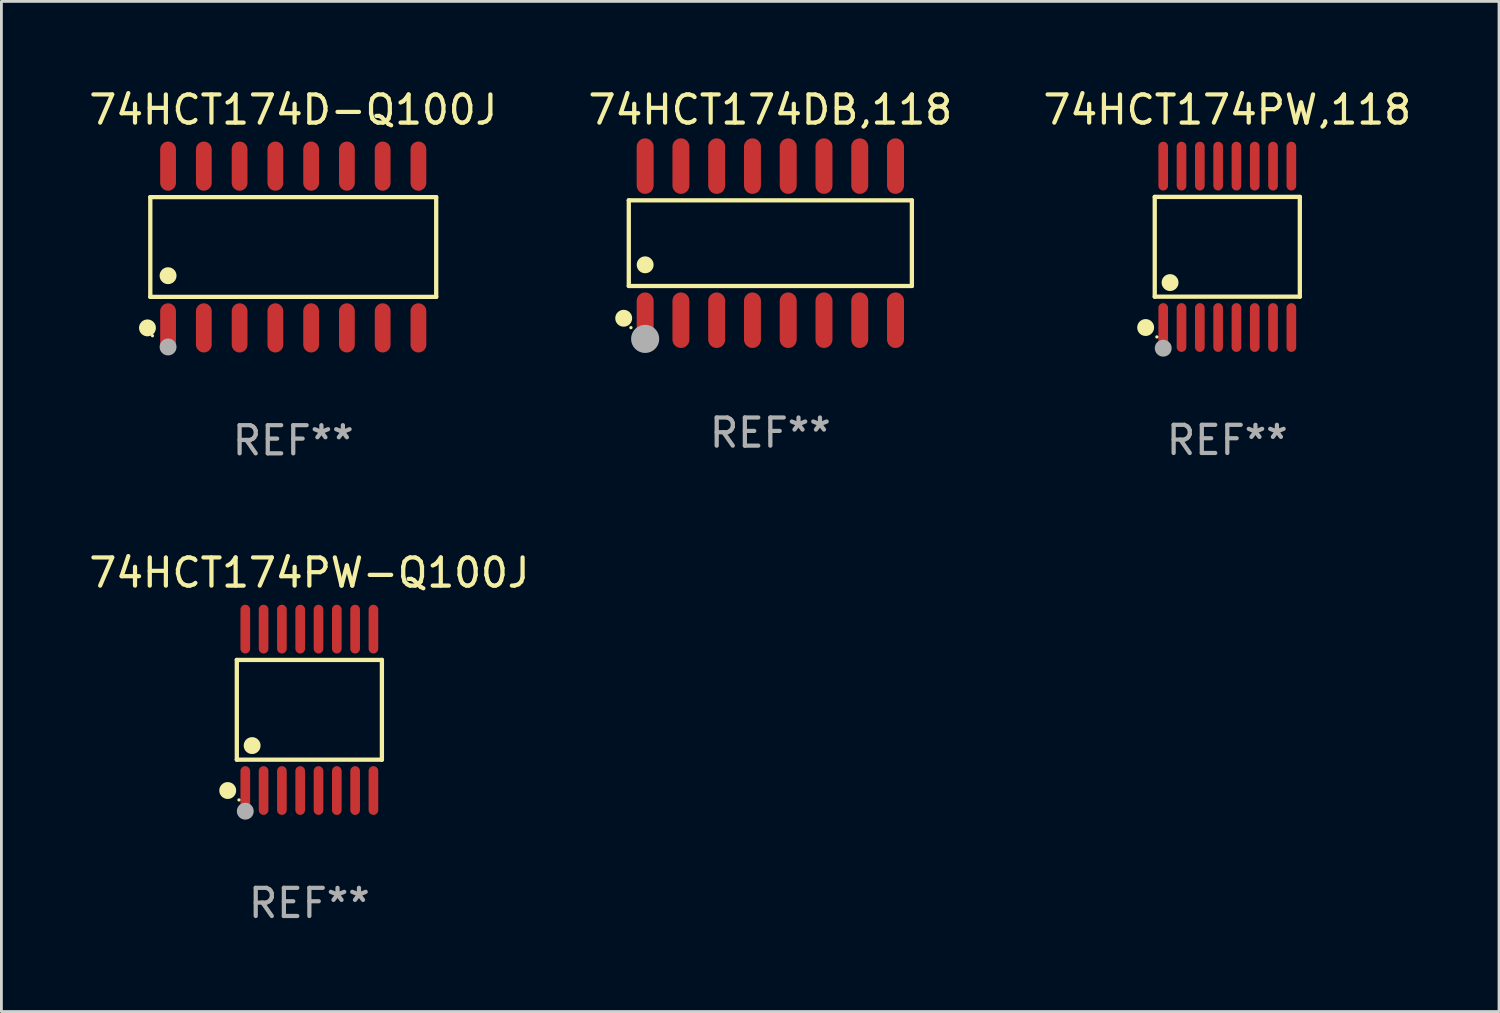
<source format=kicad_pcb>
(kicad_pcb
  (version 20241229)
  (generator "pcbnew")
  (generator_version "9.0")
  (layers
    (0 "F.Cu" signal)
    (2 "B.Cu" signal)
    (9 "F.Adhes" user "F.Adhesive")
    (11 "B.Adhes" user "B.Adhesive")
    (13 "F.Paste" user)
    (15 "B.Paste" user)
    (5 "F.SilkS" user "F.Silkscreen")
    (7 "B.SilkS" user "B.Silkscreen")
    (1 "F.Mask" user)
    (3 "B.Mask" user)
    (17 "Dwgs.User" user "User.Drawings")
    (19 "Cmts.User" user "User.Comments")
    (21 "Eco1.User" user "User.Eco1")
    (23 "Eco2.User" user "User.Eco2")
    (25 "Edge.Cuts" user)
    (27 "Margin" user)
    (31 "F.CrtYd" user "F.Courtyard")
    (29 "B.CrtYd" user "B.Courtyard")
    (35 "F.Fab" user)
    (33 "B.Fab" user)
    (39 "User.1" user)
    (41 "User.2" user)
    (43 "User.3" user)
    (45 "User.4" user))
  (footprint "74HCT174DB,118"
    (layer "F.Cu")
    (at 24.304 5.584)
    (property "Reference" "74HCT174DB,118" (at 0 -4.736 0) (layer "F.SilkS") (effects (font (size 1 1) (thickness 0.15))))
    (attr through_hole)
    (fp_line (start -5.026 -1.521) (end 5.026 -1.521) (stroke (width 0.152) (type solid)) (layer "F.SilkS"))
    (fp_line (start -5.026 1.521) (end -5.026 -1.521) (stroke (width 0.152) (type solid)) (layer "F.SilkS"))
    (fp_line (start 5.026 -1.521) (end 5.026 1.521) (stroke (width 0.152) (type solid)) (layer "F.SilkS"))
    (fp_line (start 5.026 1.521) (end -5.026 1.521) (stroke (width 0.152) (type solid)) (layer "F.SilkS"))
    (fp_circle (center -5.207 2.667) (end -5.057 2.667) (stroke (width 0.3) (type solid)) (fill no) (layer "F.SilkS"))
    (fp_circle (center -4.95 3) (end -4.92 3) (stroke (width 0.06) (type solid)) (fill no) (layer "F.SilkS"))
    (fp_circle (center -4.445 0.769) (end -4.295 0.769) (stroke (width 0.3) (type solid)) (fill no) (layer "F.SilkS"))
    (fp_circle (center -4.445 3.4) (end -4.195 3.4) (stroke (width 0.5) (type solid)) (fill no) (layer "F.Fab"))
    (fp_text user "REF**" (at 0 6.736 0) (layer "F.Fab") (effects (font (size 1 1) (thickness 0.15))))
    (pad "1" smd oval (at -4.445 2.736) (size 0.602 1.971) (layers "F.Cu" "F.Mask" "F.Paste"))
    (pad "2" smd oval (at -3.175 2.736) (size 0.602 1.971) (layers "F.Cu" "F.Mask" "F.Paste"))
    (pad "3" smd oval (at -1.905 2.736) (size 0.602 1.971) (layers "F.Cu" "F.Mask" "F.Paste"))
    (pad "4" smd oval (at -0.635 2.736) (size 0.602 1.971) (layers "F.Cu" "F.Mask" "F.Paste"))
    (pad "5" smd oval (at 0.635 2.736) (size 0.602 1.971) (layers "F.Cu" "F.Mask" "F.Paste"))
    (pad "6" smd oval (at 1.905 2.736) (size 0.602 1.971) (layers "F.Cu" "F.Mask" "F.Paste"))
    (pad "7" smd oval (at 3.175 2.736) (size 0.602 1.971) (layers "F.Cu" "F.Mask" "F.Paste"))
    (pad "8" smd oval (at 4.445 2.736) (size 0.602 1.971) (layers "F.Cu" "F.Mask" "F.Paste"))
    (pad "9" smd oval (at 4.445 -2.736) (size 0.602 1.971) (layers "F.Cu" "F.Mask" "F.Paste"))
    (pad "10" smd oval (at 3.175 -2.736) (size 0.602 1.971) (layers "F.Cu" "F.Mask" "F.Paste"))
    (pad "11" smd oval (at 1.905 -2.736) (size 0.602 1.971) (layers "F.Cu" "F.Mask" "F.Paste"))
    (pad "12" smd oval (at 0.635 -2.736) (size 0.602 1.971) (layers "F.Cu" "F.Mask" "F.Paste"))
    (pad "13" smd oval (at -0.635 -2.736) (size 0.602 1.971) (layers "F.Cu" "F.Mask" "F.Paste"))
    (pad "14" smd oval (at -1.905 -2.736) (size 0.602 1.971) (layers "F.Cu" "F.Mask" "F.Paste"))
    (pad "15" smd oval (at -3.175 -2.736) (size 0.602 1.971) (layers "F.Cu" "F.Mask" "F.Paste"))
    (pad "16" smd oval (at -4.445 -2.736) (size 0.602 1.971) (layers "F.Cu" "F.Mask" "F.Paste")))
  (footprint "74HCT174PW,118"
    (layer "F.Cu")
    (at 40.53 5.714)
    (property "Reference" "74HCT174PW,118" (at 0 -4.866 0) (layer "F.SilkS") (effects (font (size 1 1) (thickness 0.15))))
    (attr through_hole)
    (fp_line (start -2.576 -1.772) (end 2.576 -1.772) (stroke (width 0.152) (type solid)) (layer "F.SilkS"))
    (fp_line (start -2.576 1.771) (end -2.576 -1.772) (stroke (width 0.152) (type solid)) (layer "F.SilkS"))
    (fp_line (start 2.576 -1.772) (end 2.576 1.771) (stroke (width 0.152) (type solid)) (layer "F.SilkS"))
    (fp_line (start 2.576 1.771) (end -2.576 1.771) (stroke (width 0.152) (type solid)) (layer "F.SilkS"))
    (fp_circle (center -2.899 2.866) (end -2.749 2.866) (stroke (width 0.3) (type solid)) (fill no) (layer "F.SilkS"))
    (fp_circle (center -2.5 3.2) (end -2.47 3.2) (stroke (width 0.06) (type solid)) (fill no) (layer "F.SilkS"))
    (fp_circle (center -2.032 1.27) (end -1.882 1.27) (stroke (width 0.3) (type solid)) (fill no) (layer "F.SilkS"))
    (fp_circle (center -2.275 3.6) (end -2.125 3.6) (stroke (width 0.3) (type solid)) (fill no) (layer "F.Fab"))
    (fp_text user "REF**" (at 0 6.866 0) (layer "F.Fab") (effects (font (size 1 1) (thickness 0.15))))
    (pad "1" smd oval (at -2.275 2.866) (size 0.343 1.731) (layers "F.Cu" "F.Mask" "F.Paste"))
    (pad "2" smd oval (at -1.625 2.866) (size 0.343 1.731) (layers "F.Cu" "F.Mask" "F.Paste"))
    (pad "3" smd oval (at -0.975 2.866) (size 0.343 1.731) (layers "F.Cu" "F.Mask" "F.Paste"))
    (pad "4" smd oval (at -0.325 2.866) (size 0.343 1.731) (layers "F.Cu" "F.Mask" "F.Paste"))
    (pad "5" smd oval (at 0.325 2.866) (size 0.343 1.731) (layers "F.Cu" "F.Mask" "F.Paste"))
    (pad "6" smd oval (at 0.975 2.866) (size 0.343 1.731) (layers "F.Cu" "F.Mask" "F.Paste"))
    (pad "7" smd oval (at 1.625 2.866) (size 0.343 1.731) (layers "F.Cu" "F.Mask" "F.Paste"))
    (pad "8" smd oval (at 2.275 2.866) (size 0.343 1.731) (layers "F.Cu" "F.Mask" "F.Paste"))
    (pad "9" smd oval (at 2.275 -2.866) (size 0.343 1.731) (layers "F.Cu" "F.Mask" "F.Paste"))
    (pad "10" smd oval (at 1.625 -2.866) (size 0.343 1.731) (layers "F.Cu" "F.Mask" "F.Paste"))
    (pad "11" smd oval (at 0.975 -2.866) (size 0.343 1.731) (layers "F.Cu" "F.Mask" "F.Paste"))
    (pad "12" smd oval (at 0.325 -2.866) (size 0.343 1.731) (layers "F.Cu" "F.Mask" "F.Paste"))
    (pad "13" smd oval (at -0.325 -2.866) (size 0.343 1.731) (layers "F.Cu" "F.Mask" "F.Paste"))
    (pad "14" smd oval (at -0.975 -2.866) (size 0.343 1.731) (layers "F.Cu" "F.Mask" "F.Paste"))
    (pad "15" smd oval (at -1.625 -2.866) (size 0.343 1.731) (layers "F.Cu" "F.Mask" "F.Paste"))
    (pad "16" smd oval (at -2.275 -2.866) (size 0.343 1.731) (layers "F.Cu" "F.Mask" "F.Paste")))
  (footprint "74HCT174PW-Q100J"
    (layer "F.Cu")
    (at 7.935 22.155)
    (property "Reference" "74HCT174PW-Q100J" (at 0 -4.866 0) (layer "F.SilkS") (effects (font (size 1 1) (thickness 0.15))))
    (attr through_hole)
    (fp_line (start -2.576 -1.772) (end 2.576 -1.772) (stroke (width 0.152) (type solid)) (layer "F.SilkS"))
    (fp_line (start -2.576 1.771) (end -2.576 -1.772) (stroke (width 0.152) (type solid)) (layer "F.SilkS"))
    (fp_line (start 2.576 -1.772) (end 2.576 1.771) (stroke (width 0.152) (type solid)) (layer "F.SilkS"))
    (fp_line (start 2.576 1.771) (end -2.576 1.771) (stroke (width 0.152) (type solid)) (layer "F.SilkS"))
    (fp_circle (center -2.899 2.866) (end -2.749 2.866) (stroke (width 0.3) (type solid)) (fill no) (layer "F.SilkS"))
    (fp_circle (center -2.5 3.2) (end -2.47 3.2) (stroke (width 0.06) (type solid)) (fill no) (layer "F.SilkS"))
    (fp_circle (center -2.032 1.27) (end -1.882 1.27) (stroke (width 0.3) (type solid)) (fill no) (layer "F.SilkS"))
    (fp_circle (center -2.275 3.6) (end -2.125 3.6) (stroke (width 0.3) (type solid)) (fill no) (layer "F.Fab"))
    (fp_text user "REF**" (at 0 6.866 0) (layer "F.Fab") (effects (font (size 1 1) (thickness 0.15))))
    (pad "1" smd oval (at -2.275 2.866) (size 0.343 1.731) (layers "F.Cu" "F.Mask" "F.Paste"))
    (pad "2" smd oval (at -1.625 2.866) (size 0.343 1.731) (layers "F.Cu" "F.Mask" "F.Paste"))
    (pad "3" smd oval (at -0.975 2.866) (size 0.343 1.731) (layers "F.Cu" "F.Mask" "F.Paste"))
    (pad "4" smd oval (at -0.325 2.866) (size 0.343 1.731) (layers "F.Cu" "F.Mask" "F.Paste"))
    (pad "5" smd oval (at 0.325 2.866) (size 0.343 1.731) (layers "F.Cu" "F.Mask" "F.Paste"))
    (pad "6" smd oval (at 0.975 2.866) (size 0.343 1.731) (layers "F.Cu" "F.Mask" "F.Paste"))
    (pad "7" smd oval (at 1.625 2.866) (size 0.343 1.731) (layers "F.Cu" "F.Mask" "F.Paste"))
    (pad "8" smd oval (at 2.275 2.866) (size 0.343 1.731) (layers "F.Cu" "F.Mask" "F.Paste"))
    (pad "9" smd oval (at 2.275 -2.866) (size 0.343 1.731) (layers "F.Cu" "F.Mask" "F.Paste"))
    (pad "10" smd oval (at 1.625 -2.866) (size 0.343 1.731) (layers "F.Cu" "F.Mask" "F.Paste"))
    (pad "11" smd oval (at 0.975 -2.866) (size 0.343 1.731) (layers "F.Cu" "F.Mask" "F.Paste"))
    (pad "12" smd oval (at 0.325 -2.866) (size 0.343 1.731) (layers "F.Cu" "F.Mask" "F.Paste"))
    (pad "13" smd oval (at -0.325 -2.866) (size 0.343 1.731) (layers "F.Cu" "F.Mask" "F.Paste"))
    (pad "14" smd oval (at -0.975 -2.866) (size 0.343 1.731) (layers "F.Cu" "F.Mask" "F.Paste"))
    (pad "15" smd oval (at -1.625 -2.866) (size 0.343 1.731) (layers "F.Cu" "F.Mask" "F.Paste"))
    (pad "16" smd oval (at -2.275 -2.866) (size 0.343 1.731) (layers "F.Cu" "F.Mask" "F.Paste")))
  (footprint "74HCT174D-Q100J"
    (layer "F.Cu")
    (at 7.363 5.721)
    (property "Reference" "74HCT174D-Q100J" (at 0 -4.872 0) (layer "F.SilkS") (effects (font (size 1 1) (thickness 0.15))))
    (attr through_hole)
    (fp_line (start -5.076 -1.771) (end 5.076 -1.771) (stroke (width 0.152) (type solid)) (layer "F.SilkS"))
    (fp_line (start -5.076 1.771) (end -5.076 -1.771) (stroke (width 0.152) (type solid)) (layer "F.SilkS"))
    (fp_line (start 5.076 -1.771) (end 5.076 1.771) (stroke (width 0.152) (type solid)) (layer "F.SilkS"))
    (fp_line (start 5.076 1.771) (end -5.076 1.771) (stroke (width 0.152) (type solid)) (layer "F.SilkS"))
    (fp_circle (center -5.177 2.872) (end -5.027 2.872) (stroke (width 0.3) (type solid)) (fill no) (layer "F.SilkS"))
    (fp_circle (center -5 3.15) (end -4.97 3.15) (stroke (width 0.06) (type solid)) (fill no) (layer "F.SilkS"))
    (fp_circle (center -4.445 1.019) (end -4.295 1.019) (stroke (width 0.3) (type solid)) (fill no) (layer "F.SilkS"))
    (fp_circle (center -4.445 3.55) (end -4.295 3.55) (stroke (width 0.3) (type solid)) (fill no) (layer "F.Fab"))
    (fp_text user "REF**" (at 0 6.872 0) (layer "F.Fab") (effects (font (size 1 1) (thickness 0.15))))
    (pad "1" smd oval (at -4.445 2.872) (size 0.56 1.745) (layers "F.Cu" "F.Mask" "F.Paste"))
    (pad "2" smd oval (at -3.175 2.872) (size 0.56 1.745) (layers "F.Cu" "F.Mask" "F.Paste"))
    (pad "3" smd oval (at -1.905 2.872) (size 0.56 1.745) (layers "F.Cu" "F.Mask" "F.Paste"))
    (pad "4" smd oval (at -0.635 2.872) (size 0.56 1.745) (layers "F.Cu" "F.Mask" "F.Paste"))
    (pad "5" smd oval (at 0.635 2.872) (size 0.56 1.745) (layers "F.Cu" "F.Mask" "F.Paste"))
    (pad "6" smd oval (at 1.905 2.872) (size 0.56 1.745) (layers "F.Cu" "F.Mask" "F.Paste"))
    (pad "7" smd oval (at 3.175 2.872) (size 0.56 1.745) (layers "F.Cu" "F.Mask" "F.Paste"))
    (pad "8" smd oval (at 4.445 2.872) (size 0.56 1.745) (layers "F.Cu" "F.Mask" "F.Paste"))
    (pad "9" smd oval (at 4.445 -2.872) (size 0.56 1.745) (layers "F.Cu" "F.Mask" "F.Paste"))
    (pad "10" smd oval (at 3.175 -2.872) (size 0.56 1.745) (layers "F.Cu" "F.Mask" "F.Paste"))
    (pad "11" smd oval (at 1.905 -2.872) (size 0.56 1.745) (layers "F.Cu" "F.Mask" "F.Paste"))
    (pad "12" smd oval (at 0.635 -2.872) (size 0.56 1.745) (layers "F.Cu" "F.Mask" "F.Paste"))
    (pad "13" smd oval (at -0.635 -2.872) (size 0.56 1.745) (layers "F.Cu" "F.Mask" "F.Paste"))
    (pad "14" smd oval (at -1.905 -2.872) (size 0.56 1.745) (layers "F.Cu" "F.Mask" "F.Paste"))
    (pad "15" smd oval (at -3.175 -2.872) (size 0.56 1.745) (layers "F.Cu" "F.Mask" "F.Paste"))
    (pad "16" smd oval (at -4.445 -2.872) (size 0.56 1.745) (layers "F.Cu" "F.Mask" "F.Paste")))
  (gr_rect
    (start -3 -3)
    (end 50.179 32.87)
    (stroke (width 0.1) (type default))
    (fill no)
    (layer "Edge.Cuts")))
</source>
